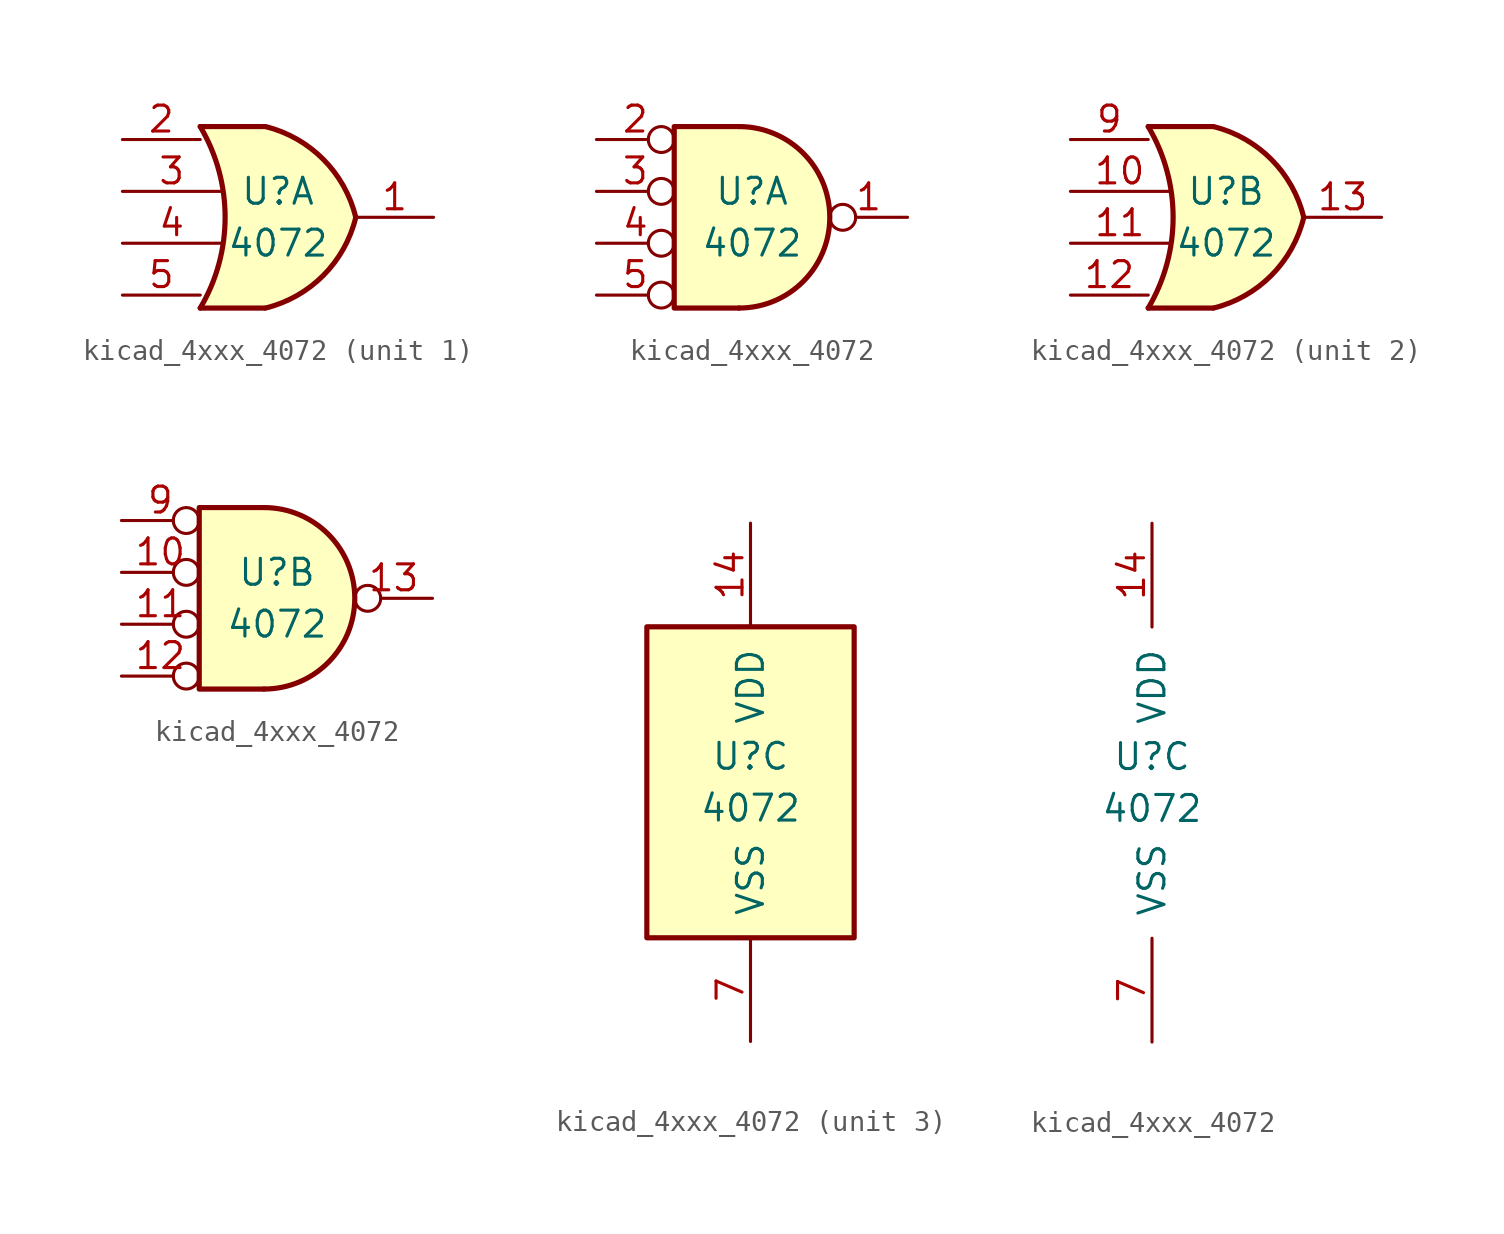
<source format=kicad_sym>
(kicad_symbol_lib
  (version 20220914)
  (generator kicad_symbol_editor)
  (symbol "kicad_4xxx_4072"
    (pin_names
      (offset 1.016))
    (property "Reference" "U"
      (at 0 1.27 0)
      (effects (font (size 1.27 1.27))))
    (property "Value" "4072"
      (at 0 -1.27 0)
      (effects (font (size 1.27 1.27))))
    (property "ki_locked" ""
      (at 0 0 0)
      (effects (font (size 1.27 1.27))))
    (symbol "kicad_4xxx_4072_1_1"
      (arc (start -3.81 -4.445) (mid -2.5908 0) (end -3.81 4.445) (stroke (width 0.254) (type default)) (fill (type none)))
      (arc (start -0.6096 -4.445) (mid 2.2246 -2.8422) (end 3.81 0) (stroke (width 0.254) (type default)) (fill (type background)))
      (polyline (pts (xy -3.81 -4.445) (xy -0.635 -4.445)) (stroke (width 0.254) (type default)) (fill (type background)))
      (polyline (pts (xy -3.81 4.445) (xy -0.635 4.445)) (stroke (width 0.254) (type default)) (fill (type background)))
      (polyline (pts (xy -0.635 4.445) (xy -3.81 4.445) (xy -3.81 4.445) (xy -3.632 4.089) (xy -3.099 2.921) (xy -2.769 1.676) (xy -2.616 0.432) (xy -2.642 -0.864) (xy -2.87 -2.108) (xy -3.251 -3.327) (xy -3.81 -4.445) (xy -3.81 -4.445) (xy -0.635 -4.445)) (stroke (width -25.4) (type default)) (fill (type background)))
      (arc (start 3.81 0) (mid 2.2204 2.8379) (end -0.6096 4.445) (stroke (width 0.254) (type default)) (fill (type background)))
      (pin output line (at 7.62 0 180) (length 3.81) (name "~" (effects (font (size 1.27 1.27)))) (number "1" (effects (font (size 1.27 1.27)))))
      (pin input line (at -7.62 3.81 0) (length 3.81) (name "~" (effects (font (size 1.27 1.27)))) (number "2" (effects (font (size 1.27 1.27)))))
      (pin input line (at -7.62 1.27 0) (length 4.826) (name "~" (effects (font (size 1.27 1.27)))) (number "3" (effects (font (size 1.27 1.27)))))
      (pin input line (at -7.62 -1.27 0) (length 4.826) (name "~" (effects (font (size 1.27 1.27)))) (number "4" (effects (font (size 1.27 1.27)))))
      (pin input line (at -7.62 -3.81 0) (length 3.81) (name "~" (effects (font (size 1.27 1.27)))) (number "5" (effects (font (size 1.27 1.27))))))
    (symbol "kicad_4xxx_4072_1_2"
      (arc (start -0.635 -4.445) (mid 3.7907 0) (end -0.635 4.445) (stroke (width 0.254) (type default)) (fill (type background)))
      (polyline (pts (xy -0.635 4.445) (xy -3.81 4.445) (xy -3.81 -4.445) (xy -0.635 -4.445)) (stroke (width 0.254) (type default)) (fill (type background)))
      (pin output inverted (at 7.62 0 180) (length 3.81) (name "~" (effects (font (size 1.27 1.27)))) (number "1" (effects (font (size 1.27 1.27)))))
      (pin input inverted (at -7.62 3.81 0) (length 3.81) (name "~" (effects (font (size 1.27 1.27)))) (number "2" (effects (font (size 1.27 1.27)))))
      (pin input inverted (at -7.62 1.27 0) (length 3.81) (name "~" (effects (font (size 1.27 1.27)))) (number "3" (effects (font (size 1.27 1.27)))))
      (pin input inverted (at -7.62 -1.27 0) (length 3.81) (name "~" (effects (font (size 1.27 1.27)))) (number "4" (effects (font (size 1.27 1.27)))))
      (pin input inverted (at -7.62 -3.81 0) (length 3.81) (name "~" (effects (font (size 1.27 1.27)))) (number "5" (effects (font (size 1.27 1.27))))))
    (symbol "kicad_4xxx_4072_2_1"
      (arc (start -3.81 -4.445) (mid -2.5908 0) (end -3.81 4.445) (stroke (width 0.254) (type default)) (fill (type none)))
      (arc (start -0.6096 -4.445) (mid 2.2246 -2.8422) (end 3.81 0) (stroke (width 0.254) (type default)) (fill (type background)))
      (polyline (pts (xy -3.81 -4.445) (xy -0.635 -4.445)) (stroke (width 0.254) (type default)) (fill (type background)))
      (polyline (pts (xy -3.81 4.445) (xy -0.635 4.445)) (stroke (width 0.254) (type default)) (fill (type background)))
      (polyline (pts (xy -0.635 4.445) (xy -3.81 4.445) (xy -3.81 4.445) (xy -3.632 4.089) (xy -3.099 2.921) (xy -2.769 1.676) (xy -2.616 0.432) (xy -2.642 -0.864) (xy -2.87 -2.108) (xy -3.251 -3.327) (xy -3.81 -4.445) (xy -3.81 -4.445) (xy -0.635 -4.445)) (stroke (width -25.4) (type default)) (fill (type background)))
      (arc (start 3.81 0) (mid 2.2204 2.8379) (end -0.6096 4.445) (stroke (width 0.254) (type default)) (fill (type background)))
      (pin input line (at -7.62 1.27 0) (length 4.826) (name "~" (effects (font (size 1.27 1.27)))) (number "10" (effects (font (size 1.27 1.27)))))
      (pin input line (at -7.62 -1.27 0) (length 4.826) (name "~" (effects (font (size 1.27 1.27)))) (number "11" (effects (font (size 1.27 1.27)))))
      (pin input line (at -7.62 -3.81 0) (length 3.81) (name "~" (effects (font (size 1.27 1.27)))) (number "12" (effects (font (size 1.27 1.27)))))
      (pin output line (at 7.62 0 180) (length 3.81) (name "~" (effects (font (size 1.27 1.27)))) (number "13" (effects (font (size 1.27 1.27)))))
      (pin input line (at -7.62 3.81 0) (length 3.81) (name "~" (effects (font (size 1.27 1.27)))) (number "9" (effects (font (size 1.27 1.27))))))
    (symbol "kicad_4xxx_4072_2_2"
      (arc (start -0.635 -4.445) (mid 3.7907 0) (end -0.635 4.445) (stroke (width 0.254) (type default)) (fill (type background)))
      (polyline (pts (xy -0.635 4.445) (xy -3.81 4.445) (xy -3.81 -4.445) (xy -0.635 -4.445)) (stroke (width 0.254) (type default)) (fill (type background)))
      (pin input inverted (at -7.62 1.27 0) (length 3.81) (name "~" (effects (font (size 1.27 1.27)))) (number "10" (effects (font (size 1.27 1.27)))))
      (pin input inverted (at -7.62 -1.27 0) (length 3.81) (name "~" (effects (font (size 1.27 1.27)))) (number "11" (effects (font (size 1.27 1.27)))))
      (pin input inverted (at -7.62 -3.81 0) (length 3.81) (name "~" (effects (font (size 1.27 1.27)))) (number "12" (effects (font (size 1.27 1.27)))))
      (pin output inverted (at 7.62 0 180) (length 3.81) (name "~" (effects (font (size 1.27 1.27)))) (number "13" (effects (font (size 1.27 1.27)))))
      (pin input inverted (at -7.62 3.81 0) (length 3.81) (name "~" (effects (font (size 1.27 1.27)))) (number "9" (effects (font (size 1.27 1.27))))))
    (symbol "kicad_4xxx_4072_3_0"
      (pin power_in line (at 0 12.7 270) (length 5.08) (name "VDD" (effects (font (size 1.27 1.27)))) (number "14" (effects (font (size 1.27 1.27)))))
      (pin power_in line (at 0 -12.7 90) (length 5.08) (name "VSS" (effects (font (size 1.27 1.27)))) (number "7" (effects (font (size 1.27 1.27))))))
    (symbol "kicad_4xxx_4072_3_1"
      (rectangle (start -5.08 7.62) (end 5.08 -7.62) (stroke (width 0.254) (type default)) (fill (type background))))))
</source>
